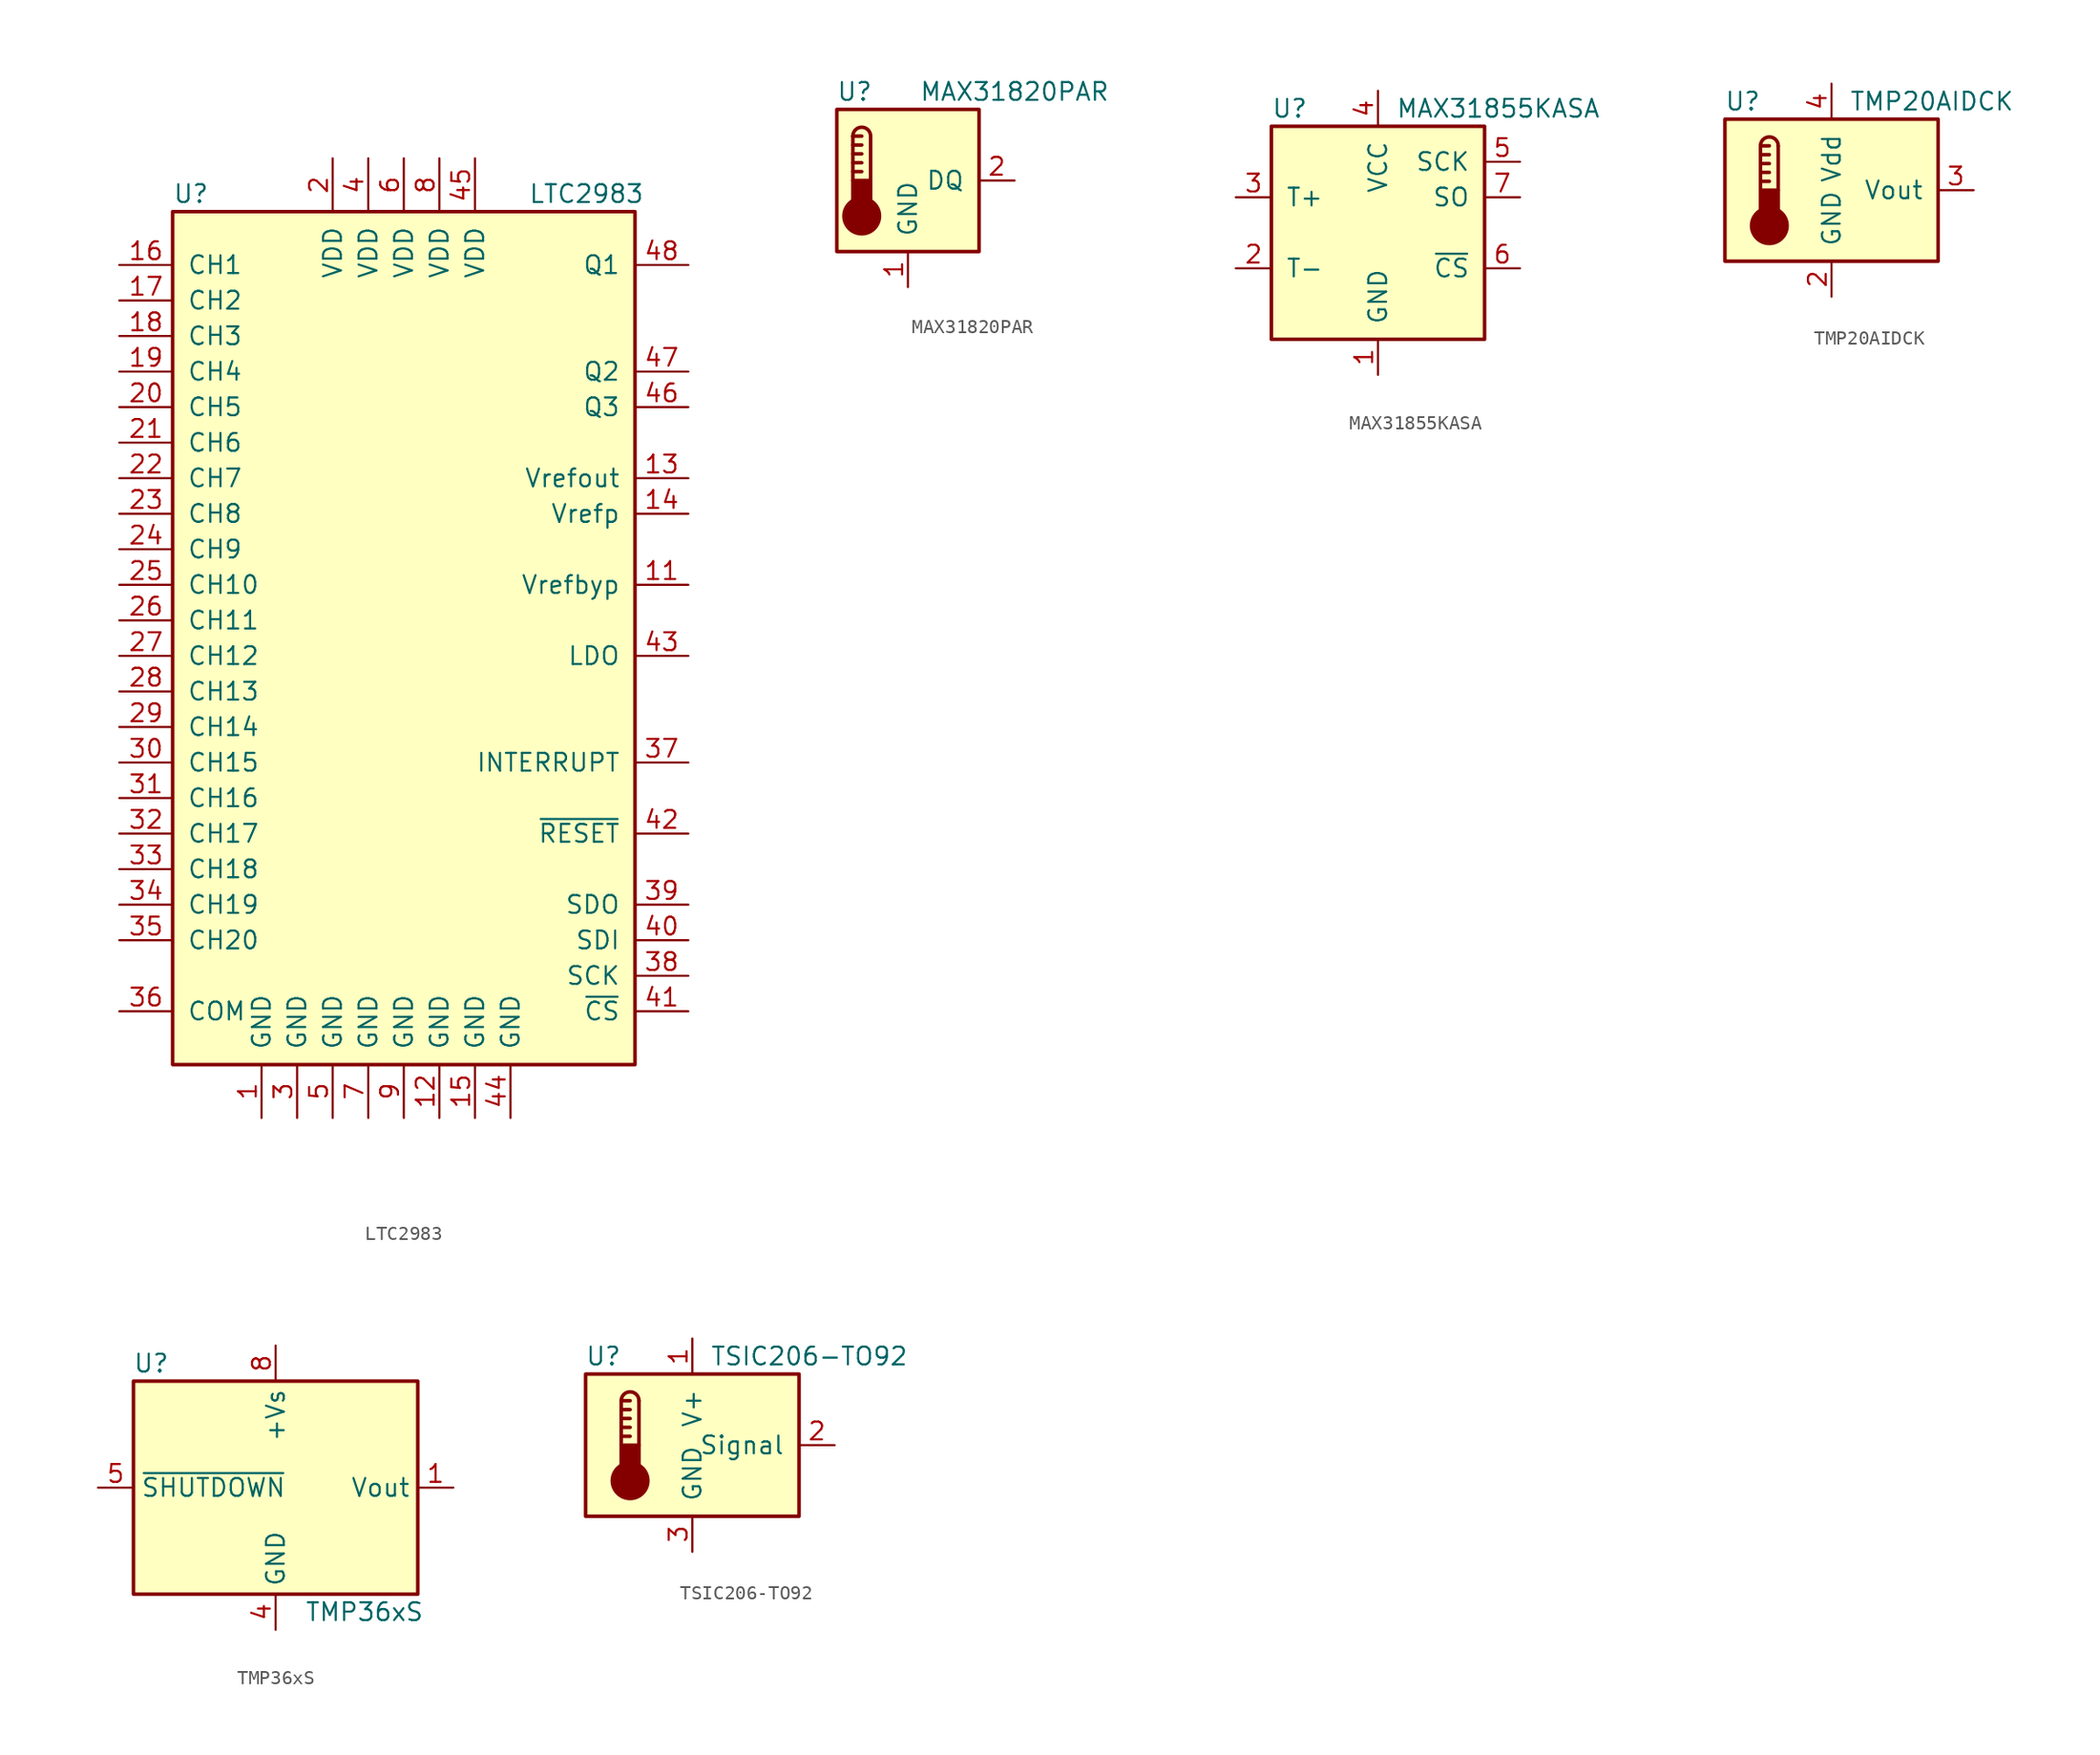
<source format=kicad_sym>
(kicad_symbol_lib
  (version 20220914)
  (generator kicad_symbol_editor)
  (symbol "LTC2983"
    (pin_names
      (offset 1.016))
    (property "Reference" "U"
      (at -16.51 33.02 0)
      (effects (font (size 1.27 1.27)) (justify left)))
    (property "Value" "LTC2983"
      (at 8.89 33.02 0)
      (effects (font (size 1.27 1.27)) (justify left)))
    (symbol "LTC2983_0_1"
      (rectangle (start -16.51 31.75) (end 16.51 -29.21) (stroke (width 0.254) (type default)) (fill (type background))))
    (symbol "LTC2983_1_1"
      (pin power_in line (at -10.16 -33.02 90) (length 3.81) (name "GND" (effects (font (size 1.27 1.27)))) (number "1" (effects (font (size 1.27 1.27)))))
      (pin passive line (at 20.32 5.08 180) (length 3.81) (name "Vrefbyp" (effects (font (size 1.27 1.27)))) (number "11" (effects (font (size 1.27 1.27)))))
      (pin power_in line (at 2.54 -33.02 90) (length 3.81) (name "GND" (effects (font (size 1.27 1.27)))) (number "12" (effects (font (size 1.27 1.27)))))
      (pin passive line (at 20.32 12.7 180) (length 3.81) (name "Vrefout" (effects (font (size 1.27 1.27)))) (number "13" (effects (font (size 1.27 1.27)))))
      (pin passive line (at 20.32 10.16 180) (length 3.81) (name "Vrefp" (effects (font (size 1.27 1.27)))) (number "14" (effects (font (size 1.27 1.27)))))
      (pin power_in line (at 5.08 -33.02 90) (length 3.81) (name "GND" (effects (font (size 1.27 1.27)))) (number "15" (effects (font (size 1.27 1.27)))))
      (pin passive line (at -20.32 27.94 0) (length 3.81) (name "CH1" (effects (font (size 1.27 1.27)))) (number "16" (effects (font (size 1.27 1.27)))))
      (pin passive line (at -20.32 25.4 0) (length 3.81) (name "CH2" (effects (font (size 1.27 1.27)))) (number "17" (effects (font (size 1.27 1.27)))))
      (pin passive line (at -20.32 22.86 0) (length 3.81) (name "CH3" (effects (font (size 1.27 1.27)))) (number "18" (effects (font (size 1.27 1.27)))))
      (pin passive line (at -20.32 20.32 0) (length 3.81) (name "CH4" (effects (font (size 1.27 1.27)))) (number "19" (effects (font (size 1.27 1.27)))))
      (pin power_in line (at -5.08 35.56 270) (length 3.81) (name "VDD" (effects (font (size 1.27 1.27)))) (number "2" (effects (font (size 1.27 1.27)))))
      (pin passive line (at -20.32 17.78 0) (length 3.81) (name "CH5" (effects (font (size 1.27 1.27)))) (number "20" (effects (font (size 1.27 1.27)))))
      (pin passive line (at -20.32 15.24 0) (length 3.81) (name "CH6" (effects (font (size 1.27 1.27)))) (number "21" (effects (font (size 1.27 1.27)))))
      (pin passive line (at -20.32 12.7 0) (length 3.81) (name "CH7" (effects (font (size 1.27 1.27)))) (number "22" (effects (font (size 1.27 1.27)))))
      (pin passive line (at -20.32 10.16 0) (length 3.81) (name "CH8" (effects (font (size 1.27 1.27)))) (number "23" (effects (font (size 1.27 1.27)))))
      (pin passive line (at -20.32 7.62 0) (length 3.81) (name "CH9" (effects (font (size 1.27 1.27)))) (number "24" (effects (font (size 1.27 1.27)))))
      (pin passive line (at -20.32 5.08 0) (length 3.81) (name "CH10" (effects (font (size 1.27 1.27)))) (number "25" (effects (font (size 1.27 1.27)))))
      (pin passive line (at -20.32 2.54 0) (length 3.81) (name "CH11" (effects (font (size 1.27 1.27)))) (number "26" (effects (font (size 1.27 1.27)))))
      (pin passive line (at -20.32 0 0) (length 3.81) (name "CH12" (effects (font (size 1.27 1.27)))) (number "27" (effects (font (size 1.27 1.27)))))
      (pin passive line (at -20.32 -2.54 0) (length 3.81) (name "CH13" (effects (font (size 1.27 1.27)))) (number "28" (effects (font (size 1.27 1.27)))))
      (pin passive line (at -20.32 -5.08 0) (length 3.81) (name "CH14" (effects (font (size 1.27 1.27)))) (number "29" (effects (font (size 1.27 1.27)))))
      (pin power_in line (at -7.62 -33.02 90) (length 3.81) (name "GND" (effects (font (size 1.27 1.27)))) (number "3" (effects (font (size 1.27 1.27)))))
      (pin passive line (at -20.32 -7.62 0) (length 3.81) (name "CH15" (effects (font (size 1.27 1.27)))) (number "30" (effects (font (size 1.27 1.27)))))
      (pin passive line (at -20.32 -10.16 0) (length 3.81) (name "CH16" (effects (font (size 1.27 1.27)))) (number "31" (effects (font (size 1.27 1.27)))))
      (pin passive line (at -20.32 -12.7 0) (length 3.81) (name "CH17" (effects (font (size 1.27 1.27)))) (number "32" (effects (font (size 1.27 1.27)))))
      (pin passive line (at -20.32 -15.24 0) (length 3.81) (name "CH18" (effects (font (size 1.27 1.27)))) (number "33" (effects (font (size 1.27 1.27)))))
      (pin passive line (at -20.32 -17.78 0) (length 3.81) (name "CH19" (effects (font (size 1.27 1.27)))) (number "34" (effects (font (size 1.27 1.27)))))
      (pin passive line (at -20.32 -20.32 0) (length 3.81) (name "CH20" (effects (font (size 1.27 1.27)))) (number "35" (effects (font (size 1.27 1.27)))))
      (pin passive line (at -20.32 -25.4 0) (length 3.81) (name "COM" (effects (font (size 1.27 1.27)))) (number "36" (effects (font (size 1.27 1.27)))))
      (pin output line (at 20.32 -7.62 180) (length 3.81) (name "INTERRUPT" (effects (font (size 1.27 1.27)))) (number "37" (effects (font (size 1.27 1.27)))))
      (pin input line (at 20.32 -22.86 180) (length 3.81) (name "SCK" (effects (font (size 1.27 1.27)))) (number "38" (effects (font (size 1.27 1.27)))))
      (pin output line (at 20.32 -17.78 180) (length 3.81) (name "SDO" (effects (font (size 1.27 1.27)))) (number "39" (effects (font (size 1.27 1.27)))))
      (pin power_in line (at -2.54 35.56 270) (length 3.81) (name "VDD" (effects (font (size 1.27 1.27)))) (number "4" (effects (font (size 1.27 1.27)))))
      (pin input line (at 20.32 -20.32 180) (length 3.81) (name "SDI" (effects (font (size 1.27 1.27)))) (number "40" (effects (font (size 1.27 1.27)))))
      (pin input line (at 20.32 -25.4 180) (length 3.81) (name "~{CS}" (effects (font (size 1.27 1.27)))) (number "41" (effects (font (size 1.27 1.27)))))
      (pin input line (at 20.32 -12.7 180) (length 3.81) (name "~{RESET}" (effects (font (size 1.27 1.27)))) (number "42" (effects (font (size 1.27 1.27)))))
      (pin passive line (at 20.32 0 180) (length 3.81) (name "LDO" (effects (font (size 1.27 1.27)))) (number "43" (effects (font (size 1.27 1.27)))))
      (pin power_out line (at 7.62 -33.02 90) (length 3.81) (name "GND" (effects (font (size 1.27 1.27)))) (number "44" (effects (font (size 1.27 1.27)))))
      (pin power_in line (at 5.08 35.56 270) (length 3.81) (name "VDD" (effects (font (size 1.27 1.27)))) (number "45" (effects (font (size 1.27 1.27)))))
      (pin passive line (at 20.32 17.78 180) (length 3.81) (name "Q3" (effects (font (size 1.27 1.27)))) (number "46" (effects (font (size 1.27 1.27)))))
      (pin passive line (at 20.32 20.32 180) (length 3.81) (name "Q2" (effects (font (size 1.27 1.27)))) (number "47" (effects (font (size 1.27 1.27)))))
      (pin passive line (at 20.32 27.94 180) (length 3.81) (name "Q1" (effects (font (size 1.27 1.27)))) (number "48" (effects (font (size 1.27 1.27)))))
      (pin power_in line (at -5.08 -33.02 90) (length 3.81) (name "GND" (effects (font (size 1.27 1.27)))) (number "5" (effects (font (size 1.27 1.27)))))
      (pin power_in line (at 0 35.56 270) (length 3.81) (name "VDD" (effects (font (size 1.27 1.27)))) (number "6" (effects (font (size 1.27 1.27)))))
      (pin power_in line (at -2.54 -33.02 90) (length 3.81) (name "GND" (effects (font (size 1.27 1.27)))) (number "7" (effects (font (size 1.27 1.27)))))
      (pin power_in line (at 2.54 35.56 270) (length 3.81) (name "VDD" (effects (font (size 1.27 1.27)))) (number "8" (effects (font (size 1.27 1.27)))))
      (pin power_in line (at 0 -33.02 90) (length 3.81) (name "GND" (effects (font (size 1.27 1.27)))) (number "9" (effects (font (size 1.27 1.27)))))))
  (symbol "MAX31820PAR"
    (pin_names
      (offset 1.016))
    (property "Reference" "U"
      (at -3.81 6.35 0)
      (effects (font (size 1.27 1.27))))
    (property "Value" "MAX31820PAR"
      (at 7.62 6.35 0)
      (effects (font (size 1.27 1.27))))
    (symbol "MAX31820PAR_0_1"
      (rectangle (start -5.08 5.08) (end 5.08 -5.08) (stroke (width 0.254) (type default)) (fill (type background)))
      (circle (center -3.302 -2.54) (radius 1.27) (stroke (width 0.254) (type default)) (fill (type outline)))
      (rectangle (start -2.667 -1.905) (end -3.937 0) (stroke (width 0.254) (type default)) (fill (type outline)))
      (arc (start -2.667 3.175) (mid -3.302 3.8073) (end -3.937 3.175) (stroke (width 0.254) (type default)) (fill (type none)))
      (polyline (pts (xy -3.937 0.635) (xy -3.302 0.635)) (stroke (width 0.254) (type default)) (fill (type none)))
      (polyline (pts (xy -3.937 1.27) (xy -3.302 1.27)) (stroke (width 0.254) (type default)) (fill (type none)))
      (polyline (pts (xy -3.937 1.905) (xy -3.302 1.905)) (stroke (width 0.254) (type default)) (fill (type none)))
      (polyline (pts (xy -3.937 2.54) (xy -3.302 2.54)) (stroke (width 0.254) (type default)) (fill (type none)))
      (polyline (pts (xy -3.937 3.175) (xy -3.937 0)) (stroke (width 0.254) (type default)) (fill (type none)))
      (polyline (pts (xy -3.937 3.175) (xy -3.302 3.175)) (stroke (width 0.254) (type default)) (fill (type none)))
      (polyline (pts (xy -2.667 3.175) (xy -2.667 0)) (stroke (width 0.254) (type default)) (fill (type none))))
    (symbol "MAX31820PAR_1_1"
      (pin power_in line (at 0 -7.62 90) (length 2.54) (name "GND" (effects (font (size 1.27 1.27)))) (number "1" (effects (font (size 1.27 1.27)))))
      (pin bidirectional line (at 7.62 0 180) (length 2.54) (name "DQ" (effects (font (size 1.27 1.27)))) (number "2" (effects (font (size 1.27 1.27)))))
      (pin no_connect line (at 7.62 2.54 180) (length 2.54) hide (name "NC" (effects (font (size 1.27 1.27)))) (number "3" (effects (font (size 1.27 1.27)))))))
  (symbol "MAX31855KASA"
    (pin_names
      (offset 1.016))
    (property "Reference" "U"
      (at -7.62 8.89 0)
      (effects (font (size 1.27 1.27)) (justify left)))
    (property "Value" "MAX31855KASA"
      (at 1.27 8.89 0)
      (effects (font (size 1.27 1.27)) (justify left)))
    (symbol "MAX31855KASA_0_1"
      (rectangle (start -7.62 7.62) (end 7.62 -7.62) (stroke (width 0.254) (type default)) (fill (type background))))
    (symbol "MAX31855KASA_1_1"
      (pin power_in line (at 0 -10.16 90) (length 2.54) (name "GND" (effects (font (size 1.27 1.27)))) (number "1" (effects (font (size 1.27 1.27)))))
      (pin passive line (at -10.16 -2.54 0) (length 2.54) (name "T-" (effects (font (size 1.27 1.27)))) (number "2" (effects (font (size 1.27 1.27)))))
      (pin passive line (at -10.16 2.54 0) (length 2.54) (name "T+" (effects (font (size 1.27 1.27)))) (number "3" (effects (font (size 1.27 1.27)))))
      (pin power_in line (at 0 10.16 270) (length 2.54) (name "VCC" (effects (font (size 1.27 1.27)))) (number "4" (effects (font (size 1.27 1.27)))))
      (pin input line (at 10.16 5.08 180) (length 2.54) (name "SCK" (effects (font (size 1.27 1.27)))) (number "5" (effects (font (size 1.27 1.27)))))
      (pin input line (at 10.16 -2.54 180) (length 2.54) (name "~{CS}" (effects (font (size 1.27 1.27)))) (number "6" (effects (font (size 1.27 1.27)))))
      (pin tri_state line (at 10.16 2.54 180) (length 2.54) (name "SO" (effects (font (size 1.27 1.27)))) (number "7" (effects (font (size 1.27 1.27)))))))
  (symbol "TMP20AIDCK"
    (pin_names
      (offset 1.016))
    (property "Reference" "U"
      (at -6.35 6.35 0)
      (effects (font (size 1.27 1.27))))
    (property "Value" "TMP20AIDCK"
      (at 1.27 6.35 0)
      (effects (font (size 1.27 1.27)) (justify left)))
    (symbol "TMP20AIDCK_0_1"
      (rectangle (start -7.62 5.08) (end 7.62 -5.08) (stroke (width 0.254) (type default)) (fill (type background)))
      (circle (center -4.445 -2.54) (radius 1.27) (stroke (width 0.254) (type default)) (fill (type outline)))
      (rectangle (start -3.81 -1.905) (end -5.08 0) (stroke (width 0.254) (type default)) (fill (type outline)))
      (arc (start -3.81 3.175) (mid -4.445 3.8073) (end -5.08 3.175) (stroke (width 0.254) (type default)) (fill (type none)))
      (polyline (pts (xy -5.08 0.635) (xy -4.445 0.635)) (stroke (width 0.254) (type default)) (fill (type none)))
      (polyline (pts (xy -5.08 1.27) (xy -4.445 1.27)) (stroke (width 0.254) (type default)) (fill (type none)))
      (polyline (pts (xy -5.08 1.905) (xy -4.445 1.905)) (stroke (width 0.254) (type default)) (fill (type none)))
      (polyline (pts (xy -5.08 2.54) (xy -4.445 2.54)) (stroke (width 0.254) (type default)) (fill (type none)))
      (polyline (pts (xy -5.08 3.175) (xy -5.08 0)) (stroke (width 0.254) (type default)) (fill (type none)))
      (polyline (pts (xy -5.08 3.175) (xy -4.445 3.175)) (stroke (width 0.254) (type default)) (fill (type none)))
      (polyline (pts (xy -3.81 3.175) (xy -3.81 0)) (stroke (width 0.254) (type default)) (fill (type none))))
    (symbol "TMP20AIDCK_1_1"
      (pin no_connect line (at 10.16 -2.54 180) (length 2.54) hide (name "NC" (effects (font (size 1.27 1.27)))) (number "1" (effects (font (size 1.27 1.27)))))
      (pin power_in line (at 0 -7.62 90) (length 2.54) (name "GND" (effects (font (size 1.27 1.27)))) (number "2" (effects (font (size 1.27 1.27)))))
      (pin output line (at 10.16 0 180) (length 2.54) (name "Vout" (effects (font (size 1.27 1.27)))) (number "3" (effects (font (size 1.27 1.27)))))
      (pin power_in line (at 0 7.62 270) (length 2.54) (name "Vdd" (effects (font (size 1.27 1.27)))) (number "4" (effects (font (size 1.27 1.27)))))
      (pin passive line (at 0 -7.62 90) (length 2.54) hide (name "GND" (effects (font (size 1.27 1.27)))) (number "5" (effects (font (size 1.27 1.27)))))))
  (symbol "TMP36xS"
    (property "Reference" "U"
      (at -8.89 8.89 0)
      (effects (font (size 1.27 1.27))))
    (property "Value" "TMP36xS"
      (at 6.35 -8.89 0)
      (effects (font (size 1.27 1.27))))
    (symbol "TMP36xS_0_1"
      (rectangle (start -10.16 7.62) (end 10.16 -7.62) (stroke (width 0.254) (type default)) (fill (type background))))
    (symbol "TMP36xS_1_1"
      (pin output line (at 12.7 0 180) (length 2.54) (name "Vout" (effects (font (size 1.27 1.27)))) (number "1" (effects (font (size 1.27 1.27)))))
      (pin power_in line (at 0 -10.16 90) (length 2.54) (name "GND" (effects (font (size 1.27 1.27)))) (number "4" (effects (font (size 1.27 1.27)))))
      (pin input line (at -12.7 0 0) (length 2.54) (name "~{SHUTDOWN}" (effects (font (size 1.27 1.27)))) (number "5" (effects (font (size 1.27 1.27)))))
      (pin power_in line (at 0 10.16 270) (length 2.54) (name "+Vs" (effects (font (size 1.27 1.27)))) (number "8" (effects (font (size 1.27 1.27)))))))
  (symbol "TSIC206-TO92"
    (pin_names
      (offset 1.016))
    (property "Reference" "U"
      (at -6.35 6.35 0)
      (effects (font (size 1.27 1.27))))
    (property "Value" "TSIC206-TO92"
      (at 1.27 6.35 0)
      (effects (font (size 1.27 1.27)) (justify left)))
    (symbol "TSIC206-TO92_0_1"
      (rectangle (start -7.62 5.08) (end 7.62 -5.08) (stroke (width 0.254) (type default)) (fill (type background)))
      (circle (center -4.445 -2.54) (radius 1.27) (stroke (width 0.254) (type default)) (fill (type outline)))
      (rectangle (start -3.81 -1.905) (end -5.08 0) (stroke (width 0.254) (type default)) (fill (type outline)))
      (arc (start -3.81 3.175) (mid -4.445 3.8073) (end -5.08 3.175) (stroke (width 0.254) (type default)) (fill (type none)))
      (polyline (pts (xy -5.08 0.635) (xy -4.445 0.635)) (stroke (width 0.254) (type default)) (fill (type none)))
      (polyline (pts (xy -5.08 1.27) (xy -4.445 1.27)) (stroke (width 0.254) (type default)) (fill (type none)))
      (polyline (pts (xy -5.08 1.905) (xy -4.445 1.905)) (stroke (width 0.254) (type default)) (fill (type none)))
      (polyline (pts (xy -5.08 2.54) (xy -4.445 2.54)) (stroke (width 0.254) (type default)) (fill (type none)))
      (polyline (pts (xy -5.08 3.175) (xy -5.08 0)) (stroke (width 0.254) (type default)) (fill (type none)))
      (polyline (pts (xy -5.08 3.175) (xy -4.445 3.175)) (stroke (width 0.254) (type default)) (fill (type none)))
      (polyline (pts (xy -3.81 3.175) (xy -3.81 0)) (stroke (width 0.254) (type default)) (fill (type none))))
    (symbol "TSIC206-TO92_1_1"
      (pin power_in line (at 0 7.62 270) (length 2.54) (name "V+" (effects (font (size 1.27 1.27)))) (number "1" (effects (font (size 1.27 1.27)))))
      (pin output line (at 10.16 0 180) (length 2.54) (name "Signal" (effects (font (size 1.27 1.27)))) (number "2" (effects (font (size 1.27 1.27)))))
      (pin power_in line (at 0 -7.62 90) (length 2.54) (name "GND" (effects (font (size 1.27 1.27)))) (number "3" (effects (font (size 1.27 1.27))))))))
</source>
